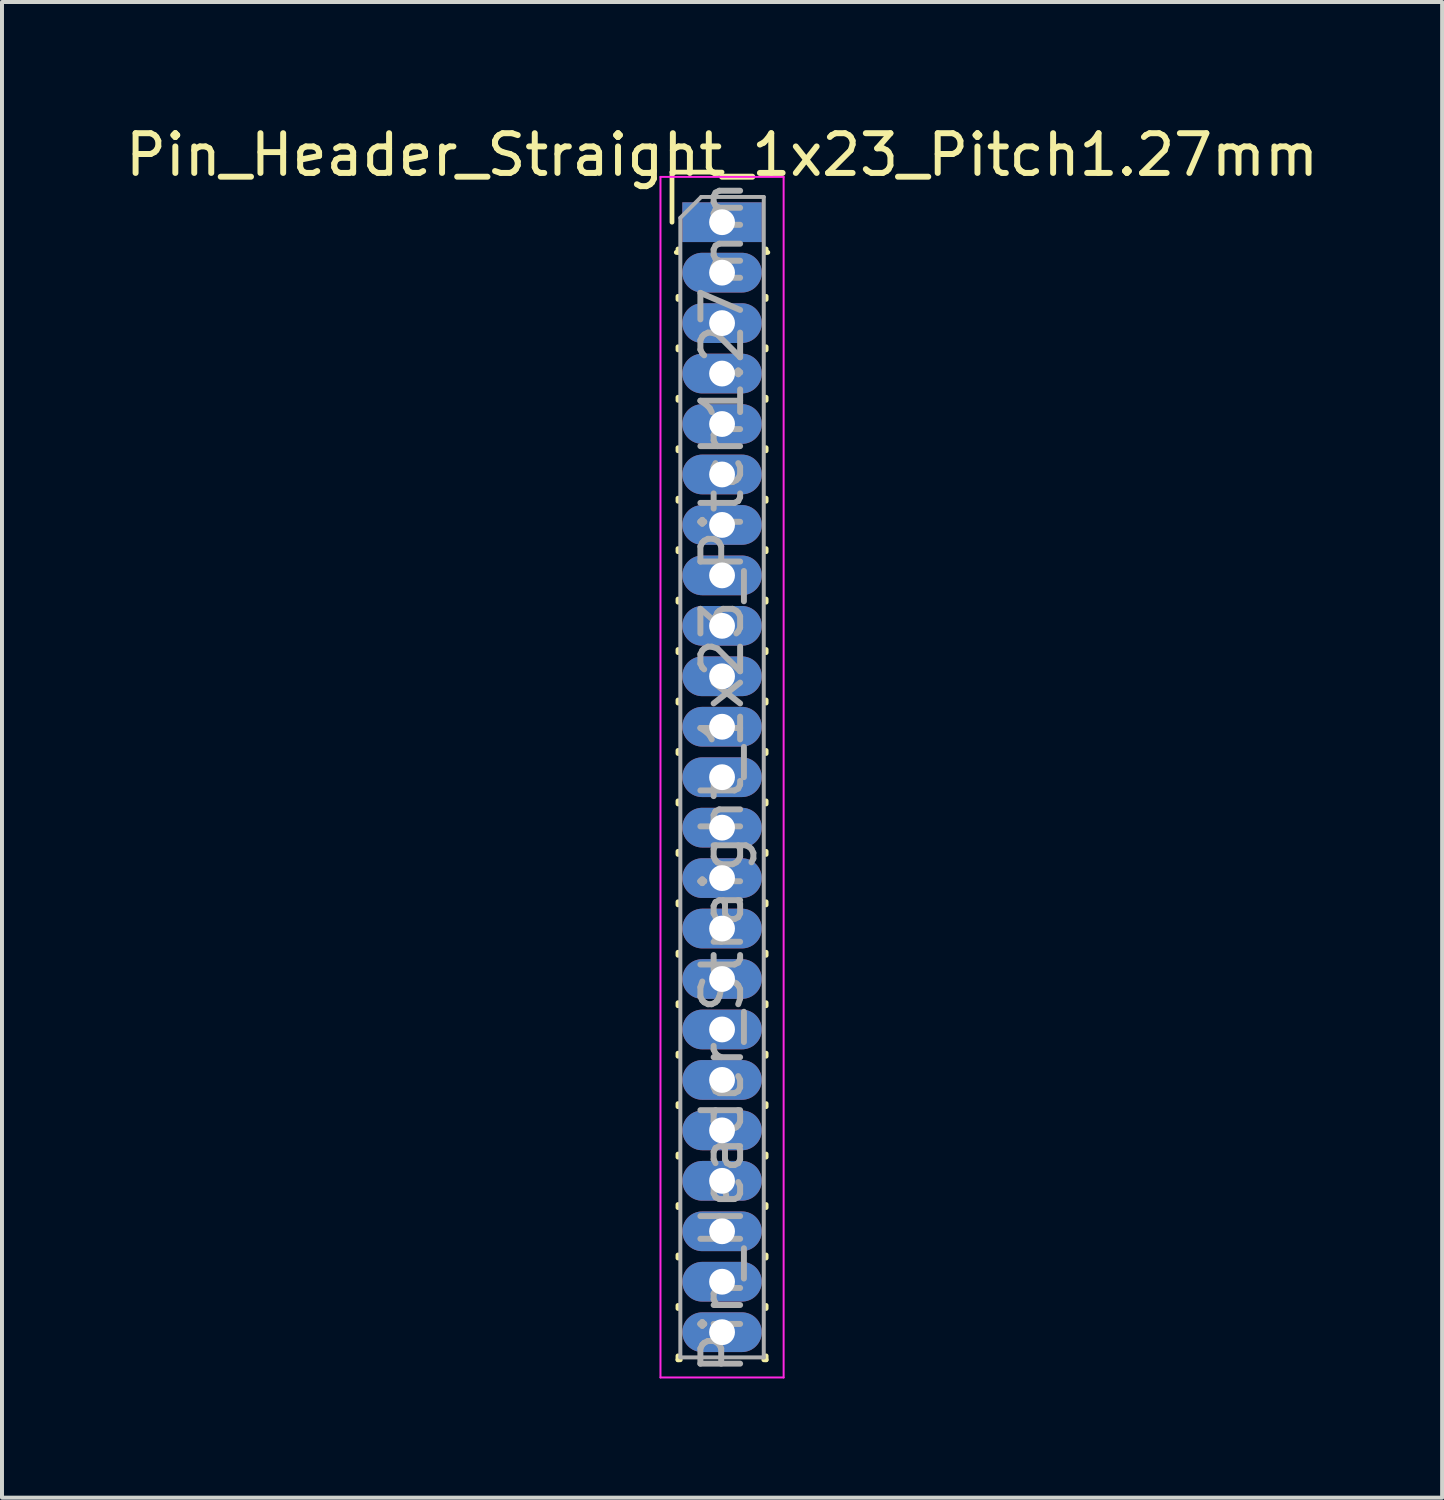
<source format=kicad_pcb>
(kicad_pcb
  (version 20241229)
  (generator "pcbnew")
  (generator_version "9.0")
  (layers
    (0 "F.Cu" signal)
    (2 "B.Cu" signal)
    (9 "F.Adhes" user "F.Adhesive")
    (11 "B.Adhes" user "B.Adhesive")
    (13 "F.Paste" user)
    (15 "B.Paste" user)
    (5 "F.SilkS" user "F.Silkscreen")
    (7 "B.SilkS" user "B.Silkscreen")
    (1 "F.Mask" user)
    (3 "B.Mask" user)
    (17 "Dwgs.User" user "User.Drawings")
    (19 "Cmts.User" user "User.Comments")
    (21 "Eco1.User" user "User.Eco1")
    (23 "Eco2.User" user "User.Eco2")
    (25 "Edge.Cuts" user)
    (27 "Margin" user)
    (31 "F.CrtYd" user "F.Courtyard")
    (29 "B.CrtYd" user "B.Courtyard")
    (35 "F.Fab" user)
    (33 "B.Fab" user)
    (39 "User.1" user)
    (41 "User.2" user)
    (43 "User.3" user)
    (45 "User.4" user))
  (footprint "Pin_Header_Straight_1x23_Pitch1.27mm"
    (layer "F.Cu")
    (at 15.125 2.543)
    (property "Reference" "Pin_Header_Straight_1x23_Pitch1.27mm" (at 0 -1.695 0) (layer "F.SilkS") (effects (font (size 1 1) (thickness 0.15))))
    (attr through_hole)
    (fp_line (start -1.26 -1.26) (end 0 -1.26) (stroke (width 0.12) (type solid)) (layer "F.SilkS"))
    (fp_line (start -1.26 0) (end -1.26 -1.26) (stroke (width 0.12) (type solid)) (layer "F.SilkS"))
    (fp_line (start -1.11 0.76) (end -1.152 0.76) (stroke (width 0.12) (type solid)) (layer "F.SilkS"))
    (fp_line (start -1.11 0.76) (end -1.11 0.674) (stroke (width 0.12) (type solid)) (layer "F.SilkS"))
    (fp_line (start -1.11 1.866) (end -1.11 1.944) (stroke (width 0.12) (type solid)) (layer "F.SilkS"))
    (fp_line (start -1.11 3.136) (end -1.11 3.214) (stroke (width 0.12) (type solid)) (layer "F.SilkS"))
    (fp_line (start -1.11 4.406) (end -1.11 4.484) (stroke (width 0.12) (type solid)) (layer "F.SilkS"))
    (fp_line (start -1.11 5.676) (end -1.11 5.754) (stroke (width 0.12) (type solid)) (layer "F.SilkS"))
    (fp_line (start -1.11 6.946) (end -1.11 7.024) (stroke (width 0.12) (type solid)) (layer "F.SilkS"))
    (fp_line (start -1.11 8.216) (end -1.11 8.294) (stroke (width 0.12) (type solid)) (layer "F.SilkS"))
    (fp_line (start -1.11 9.486) (end -1.11 9.564) (stroke (width 0.12) (type solid)) (layer "F.SilkS"))
    (fp_line (start -1.11 10.756) (end -1.11 10.834) (stroke (width 0.12) (type solid)) (layer "F.SilkS"))
    (fp_line (start -1.11 12.026) (end -1.11 12.104) (stroke (width 0.12) (type solid)) (layer "F.SilkS"))
    (fp_line (start -1.11 13.296) (end -1.11 13.374) (stroke (width 0.12) (type solid)) (layer "F.SilkS"))
    (fp_line (start -1.11 14.566) (end -1.11 14.644) (stroke (width 0.12) (type solid)) (layer "F.SilkS"))
    (fp_line (start -1.11 15.836) (end -1.11 15.914) (stroke (width 0.12) (type solid)) (layer "F.SilkS"))
    (fp_line (start -1.11 17.106) (end -1.11 17.184) (stroke (width 0.12) (type solid)) (layer "F.SilkS"))
    (fp_line (start -1.11 18.376) (end -1.11 18.454) (stroke (width 0.12) (type solid)) (layer "F.SilkS"))
    (fp_line (start -1.11 19.646) (end -1.11 19.724) (stroke (width 0.12) (type solid)) (layer "F.SilkS"))
    (fp_line (start -1.11 20.916) (end -1.11 20.994) (stroke (width 0.12) (type solid)) (layer "F.SilkS"))
    (fp_line (start -1.11 22.186) (end -1.11 22.264) (stroke (width 0.12) (type solid)) (layer "F.SilkS"))
    (fp_line (start -1.11 23.456) (end -1.11 23.534) (stroke (width 0.12) (type solid)) (layer "F.SilkS"))
    (fp_line (start -1.11 24.726) (end -1.11 24.804) (stroke (width 0.12) (type solid)) (layer "F.SilkS"))
    (fp_line (start -1.11 25.996) (end -1.11 26.074) (stroke (width 0.12) (type solid)) (layer "F.SilkS"))
    (fp_line (start -1.11 27.266) (end -1.11 27.344) (stroke (width 0.12) (type solid)) (layer "F.SilkS"))
    (fp_line (start -1.11 28.536) (end -1.11 28.635) (stroke (width 0.12) (type solid)) (layer "F.SilkS"))
    (fp_line (start -1.11 28.635) (end -1.051 28.635) (stroke (width 0.12) (type solid)) (layer "F.SilkS"))
    (fp_line (start 1.051 28.635) (end 1.11 28.635) (stroke (width 0.12) (type solid)) (layer "F.SilkS"))
    (fp_line (start 1.11 0.76) (end 1.11 0.674) (stroke (width 0.12) (type solid)) (layer "F.SilkS"))
    (fp_line (start 1.11 1.866) (end 1.11 1.944) (stroke (width 0.12) (type solid)) (layer "F.SilkS"))
    (fp_line (start 1.11 3.136) (end 1.11 3.214) (stroke (width 0.12) (type solid)) (layer "F.SilkS"))
    (fp_line (start 1.11 4.406) (end 1.11 4.484) (stroke (width 0.12) (type solid)) (layer "F.SilkS"))
    (fp_line (start 1.11 5.676) (end 1.11 5.754) (stroke (width 0.12) (type solid)) (layer "F.SilkS"))
    (fp_line (start 1.11 6.946) (end 1.11 7.024) (stroke (width 0.12) (type solid)) (layer "F.SilkS"))
    (fp_line (start 1.11 8.216) (end 1.11 8.294) (stroke (width 0.12) (type solid)) (layer "F.SilkS"))
    (fp_line (start 1.11 9.486) (end 1.11 9.564) (stroke (width 0.12) (type solid)) (layer "F.SilkS"))
    (fp_line (start 1.11 10.756) (end 1.11 10.834) (stroke (width 0.12) (type solid)) (layer "F.SilkS"))
    (fp_line (start 1.11 12.026) (end 1.11 12.104) (stroke (width 0.12) (type solid)) (layer "F.SilkS"))
    (fp_line (start 1.11 13.296) (end 1.11 13.374) (stroke (width 0.12) (type solid)) (layer "F.SilkS"))
    (fp_line (start 1.11 14.566) (end 1.11 14.644) (stroke (width 0.12) (type solid)) (layer "F.SilkS"))
    (fp_line (start 1.11 15.836) (end 1.11 15.914) (stroke (width 0.12) (type solid)) (layer "F.SilkS"))
    (fp_line (start 1.11 17.106) (end 1.11 17.184) (stroke (width 0.12) (type solid)) (layer "F.SilkS"))
    (fp_line (start 1.11 18.376) (end 1.11 18.454) (stroke (width 0.12) (type solid)) (layer "F.SilkS"))
    (fp_line (start 1.11 19.646) (end 1.11 19.724) (stroke (width 0.12) (type solid)) (layer "F.SilkS"))
    (fp_line (start 1.11 20.916) (end 1.11 20.994) (stroke (width 0.12) (type solid)) (layer "F.SilkS"))
    (fp_line (start 1.11 22.186) (end 1.11 22.264) (stroke (width 0.12) (type solid)) (layer "F.SilkS"))
    (fp_line (start 1.11 23.456) (end 1.11 23.534) (stroke (width 0.12) (type solid)) (layer "F.SilkS"))
    (fp_line (start 1.11 24.726) (end 1.11 24.804) (stroke (width 0.12) (type solid)) (layer "F.SilkS"))
    (fp_line (start 1.11 25.996) (end 1.11 26.074) (stroke (width 0.12) (type solid)) (layer "F.SilkS"))
    (fp_line (start 1.11 27.266) (end 1.11 27.344) (stroke (width 0.12) (type solid)) (layer "F.SilkS"))
    (fp_line (start 1.11 28.536) (end 1.11 28.635) (stroke (width 0.12) (type solid)) (layer "F.SilkS"))
    (fp_line (start 1.152 0.76) (end 1.11 0.76) (stroke (width 0.12) (type solid)) (layer "F.SilkS"))
    (fp_line (start -1.55 -1.14) (end -1.55 29.08) (stroke (width 0.05) (type solid)) (layer "F.CrtYd"))
    (fp_line (start -1.55 29.08) (end 1.55 29.08) (stroke (width 0.05) (type solid)) (layer "F.CrtYd"))
    (fp_line (start 1.55 -1.14) (end -1.55 -1.14) (stroke (width 0.05) (type solid)) (layer "F.CrtYd"))
    (fp_line (start 1.55 29.08) (end 1.55 -1.14) (stroke (width 0.05) (type solid)) (layer "F.CrtYd"))
    (fp_line (start -1.05 -0.11) (end -0.525 -0.635) (stroke (width 0.1) (type solid)) (layer "F.Fab"))
    (fp_line (start -1.05 28.575) (end -1.05 -0.11) (stroke (width 0.1) (type solid)) (layer "F.Fab"))
    (fp_line (start -0.525 -0.635) (end 1.05 -0.635) (stroke (width 0.1) (type solid)) (layer "F.Fab"))
    (fp_line (start 1.05 -0.635) (end 1.05 28.575) (stroke (width 0.1) (type solid)) (layer "F.Fab"))
    (fp_line (start 1.05 28.575) (end -1.05 28.575) (stroke (width 0.1) (type solid)) (layer "F.Fab"))
    (fp_text user "${REFERENCE}" (at 0 13.97 90) (layer "F.Fab") (effects (font (size 1 1) (thickness 0.15))))
    (pad "1" thru_hole rect (at 0 0) (size 2 1) (drill 0.65) (layers "*.Cu" "*.Mask"))
    (pad "2" thru_hole oval (at 0 1.27) (size 2 1) (drill 0.65) (layers "*.Cu" "*.Mask"))
    (pad "3" thru_hole oval (at 0 2.54) (size 2 1) (drill 0.65) (layers "*.Cu" "*.Mask"))
    (pad "4" thru_hole oval (at 0 3.81) (size 2 1) (drill 0.65) (layers "*.Cu" "*.Mask"))
    (pad "5" thru_hole oval (at 0 5.08) (size 2 1) (drill 0.65) (layers "*.Cu" "*.Mask"))
    (pad "6" thru_hole oval (at 0 6.35) (size 2 1) (drill 0.65) (layers "*.Cu" "*.Mask"))
    (pad "7" thru_hole oval (at 0 7.62) (size 2 1) (drill 0.65) (layers "*.Cu" "*.Mask"))
    (pad "8" thru_hole oval (at 0 8.89) (size 2 1) (drill 0.65) (layers "*.Cu" "*.Mask"))
    (pad "9" thru_hole oval (at 0 10.16) (size 2 1) (drill 0.65) (layers "*.Cu" "*.Mask"))
    (pad "10" thru_hole oval (at 0 11.43) (size 2 1) (drill 0.65) (layers "*.Cu" "*.Mask"))
    (pad "11" thru_hole oval (at 0 12.7) (size 2 1) (drill 0.65) (layers "*.Cu" "*.Mask"))
    (pad "12" thru_hole oval (at 0 13.97) (size 2 1) (drill 0.65) (layers "*.Cu" "*.Mask"))
    (pad "13" thru_hole oval (at 0 15.24) (size 2 1) (drill 0.65) (layers "*.Cu" "*.Mask"))
    (pad "14" thru_hole oval (at 0 16.51) (size 2 1) (drill 0.65) (layers "*.Cu" "*.Mask"))
    (pad "15" thru_hole oval (at 0 17.78) (size 2 1) (drill 0.65) (layers "*.Cu" "*.Mask"))
    (pad "16" thru_hole oval (at 0 19.05) (size 2 1) (drill 0.65) (layers "*.Cu" "*.Mask"))
    (pad "17" thru_hole oval (at 0 20.32) (size 2 1) (drill 0.65) (layers "*.Cu" "*.Mask"))
    (pad "18" thru_hole oval (at 0 21.59) (size 2 1) (drill 0.65) (layers "*.Cu" "*.Mask"))
    (pad "19" thru_hole oval (at 0 22.86) (size 2 1) (drill 0.65) (layers "*.Cu" "*.Mask"))
    (pad "20" thru_hole oval (at 0 24.13) (size 2 1) (drill 0.65) (layers "*.Cu" "*.Mask"))
    (pad "21" thru_hole oval (at 0 25.4) (size 2 1) (drill 0.65) (layers "*.Cu" "*.Mask"))
    (pad "22" thru_hole oval (at 0 26.67) (size 2 1) (drill 0.65) (layers "*.Cu" "*.Mask"))
    (pad "23" thru_hole oval (at 0 27.94) (size 2 1) (drill 0.65) (layers "*.Cu" "*.Mask")))
  (gr_rect
    (start -3 -3)
    (end 33.25 34.648)
    (stroke (width 0.1) (type default))
    (fill no)
    (layer "Edge.Cuts")))
</source>
